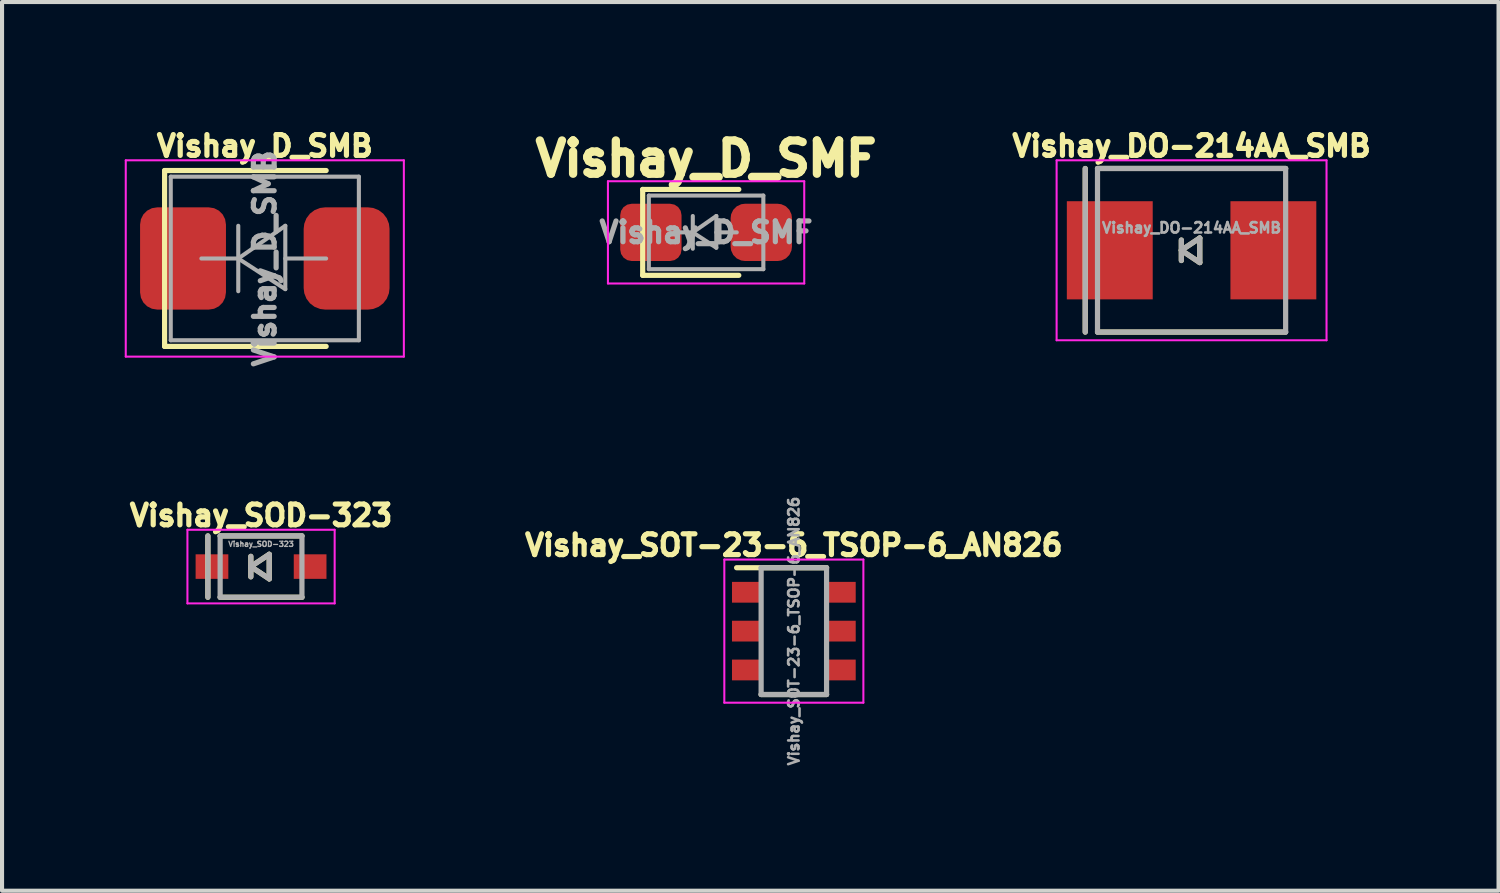
<source format=kicad_pcb>
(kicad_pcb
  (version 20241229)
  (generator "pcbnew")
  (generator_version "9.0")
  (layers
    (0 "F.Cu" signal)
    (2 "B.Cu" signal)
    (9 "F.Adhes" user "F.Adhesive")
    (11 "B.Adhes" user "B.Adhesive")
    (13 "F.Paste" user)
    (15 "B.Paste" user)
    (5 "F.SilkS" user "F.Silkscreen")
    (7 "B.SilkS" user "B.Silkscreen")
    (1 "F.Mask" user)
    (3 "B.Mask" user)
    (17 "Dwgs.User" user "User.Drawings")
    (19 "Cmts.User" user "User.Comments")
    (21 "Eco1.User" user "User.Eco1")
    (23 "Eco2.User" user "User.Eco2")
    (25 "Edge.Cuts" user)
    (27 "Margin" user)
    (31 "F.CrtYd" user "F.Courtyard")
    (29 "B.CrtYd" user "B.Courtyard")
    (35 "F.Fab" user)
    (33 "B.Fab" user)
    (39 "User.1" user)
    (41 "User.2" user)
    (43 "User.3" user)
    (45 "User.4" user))
  (footprint "Vishay_SOD-323"
    (layer "F.Cu")
    (at 3.333 10.804)
    (property "Reference" "Vishay_SOD-323" (at 0 -1.25 0) (layer "F.SilkS") (effects (font (size 0.508 0.508) (thickness 0.127))))
    (attr through_hole)
    (fp_line (start -1.3 -0.75) (end -1.3 0.75) (stroke (width 0.127) (type solid)) (layer "F.SilkS"))
    (fp_line (start -1 -0.75) (end 1 -0.75) (stroke (width 0.127) (type solid)) (layer "F.SilkS"))
    (fp_line (start -1 0.75) (end 1 0.75) (stroke (width 0.127) (type solid)) (layer "F.SilkS"))
    (fp_line (start -0.25 -0.25) (end -0.25 0.25) (stroke (width 0.127) (type solid)) (layer "F.SilkS"))
    (fp_line (start -0.25 0) (end 0.2 -0.3) (stroke (width 0.127) (type solid)) (layer "F.SilkS"))
    (fp_line (start 0.2 -0.3) (end 0.2 0.3) (stroke (width 0.127) (type solid)) (layer "F.SilkS"))
    (fp_line (start 0.2 0.3) (end -0.25 0) (stroke (width 0.127) (type solid)) (layer "F.SilkS"))
    (fp_line (start -1.8 -0.9) (end 1.8 -0.9) (stroke (width 0.05) (type solid)) (layer "F.CrtYd"))
    (fp_line (start -1.8 0.9) (end -1.8 -0.9) (stroke (width 0.05) (type solid)) (layer "F.CrtYd"))
    (fp_line (start -1.8 0.9) (end 1.8 0.9) (stroke (width 0.05) (type solid)) (layer "F.CrtYd"))
    (fp_line (start 1.8 -0.9) (end 1.8 0.9) (stroke (width 0.05) (type solid)) (layer "F.CrtYd"))
    (fp_line (start -1.3 -0.75) (end -1.3 0.75) (stroke (width 0.127) (type solid)) (layer "F.Fab"))
    (fp_line (start -1 -0.75) (end -1 0.75) (stroke (width 0.127) (type solid)) (layer "F.Fab"))
    (fp_line (start -1 -0.75) (end 1 -0.75) (stroke (width 0.127) (type solid)) (layer "F.Fab"))
    (fp_line (start -1 0.75) (end 1 0.75) (stroke (width 0.127) (type solid)) (layer "F.Fab"))
    (fp_line (start -0.25 -0.25) (end -0.25 0.25) (stroke (width 0.127) (type solid)) (layer "F.Fab"))
    (fp_line (start -0.25 0) (end 0.2 -0.3) (stroke (width 0.127) (type solid)) (layer "F.Fab"))
    (fp_line (start 0.2 -0.3) (end 0.2 0.3) (stroke (width 0.127) (type solid)) (layer "F.Fab"))
    (fp_line (start 0.2 0.3) (end -0.25 0) (stroke (width 0.127) (type solid)) (layer "F.Fab"))
    (fp_line (start 1 -0.75) (end 1 0.75) (stroke (width 0.127) (type solid)) (layer "F.Fab"))
    (fp_text user "${REFERENCE}" (at 0 -0.55 0) (layer "F.Fab") (effects (font (size 0.127 0.127) (thickness 0.032))))
    (pad "1" smd rect (at -1.2 0) (size 0.8 0.6) (layers "F.Cu" "F.Mask" "F.Paste"))
    (pad "2" smd rect (at 1.2 0) (size 0.8 0.6) (layers "F.Cu" "F.Mask" "F.Paste")))
  (footprint "Vishay_DO-214AA_SMB"
    (layer "F.Cu")
    (at 26.086 3.07)
    (property "Reference" "Vishay_DO-214AA_SMB" (at 0 -2.55 0) (layer "F.SilkS") (effects (font (size 0.508 0.508) (thickness 0.127))))
    (attr through_hole)
    (fp_line (start -2.6 -2) (end -2.6 2) (stroke (width 0.127) (type solid)) (layer "F.SilkS"))
    (fp_line (start -2.3 -2) (end 2.3 -2) (stroke (width 0.127) (type solid)) (layer "F.SilkS"))
    (fp_line (start -2.3 2) (end 2.3 2) (stroke (width 0.127) (type solid)) (layer "F.SilkS"))
    (fp_line (start -0.25 -0.25) (end -0.25 0.25) (stroke (width 0.127) (type solid)) (layer "F.SilkS"))
    (fp_line (start -0.25 0) (end 0.2 -0.3) (stroke (width 0.127) (type solid)) (layer "F.SilkS"))
    (fp_line (start 0.2 -0.3) (end 0.2 0.3) (stroke (width 0.127) (type solid)) (layer "F.SilkS"))
    (fp_line (start 0.2 0.3) (end -0.25 0) (stroke (width 0.127) (type solid)) (layer "F.SilkS"))
    (fp_line (start -3.3 -2.2) (end 3.3 -2.2) (stroke (width 0.05) (type solid)) (layer "F.CrtYd"))
    (fp_line (start -3.3 2.2) (end -3.3 -2.2) (stroke (width 0.05) (type solid)) (layer "F.CrtYd"))
    (fp_line (start -3.3 2.2) (end 3.3 2.2) (stroke (width 0.05) (type solid)) (layer "F.CrtYd"))
    (fp_line (start 3.3 -2.2) (end 3.3 2.2) (stroke (width 0.05) (type solid)) (layer "F.CrtYd"))
    (fp_line (start -2.6 -2) (end -2.6 2) (stroke (width 0.127) (type solid)) (layer "F.Fab"))
    (fp_line (start -2.3 -2) (end -2.3 2) (stroke (width 0.127) (type solid)) (layer "F.Fab"))
    (fp_line (start -2.3 -2) (end 2.3 -2) (stroke (width 0.127) (type solid)) (layer "F.Fab"))
    (fp_line (start -2.3 2) (end 2.3 2) (stroke (width 0.127) (type solid)) (layer "F.Fab"))
    (fp_line (start -0.25 -0.25) (end -0.25 0.25) (stroke (width 0.127) (type solid)) (layer "F.Fab"))
    (fp_line (start -0.25 0) (end 0.2 -0.3) (stroke (width 0.127) (type solid)) (layer "F.Fab"))
    (fp_line (start 0.2 -0.3) (end 0.2 0.3) (stroke (width 0.127) (type solid)) (layer "F.Fab"))
    (fp_line (start 0.2 0.3) (end -0.25 0) (stroke (width 0.127) (type solid)) (layer "F.Fab"))
    (fp_line (start 2.3 -2) (end 2.3 2) (stroke (width 0.127) (type solid)) (layer "F.Fab"))
    (fp_text user "${REFERENCE}" (at 0 -0.55 0) (layer "F.Fab") (effects (font (size 0.254 0.254) (thickness 0.064))))
    (pad "1" smd rect (at -2 0) (size 2.1 2.4) (layers "F.Cu" "F.Mask" "F.Paste"))
    (pad "2" smd rect (at 2 0) (size 2.1 2.4) (layers "F.Cu" "F.Mask" "F.Paste")))
  (footprint "Vishay_D_SMB"
    (layer "F.Cu")
    (at 3.425 3.27)
    (property "Reference" "Vishay_D_SMB" (at 0 -2.75 0) (layer "F.SilkS") (effects (font (size 0.508 0.508) (thickness 0.127))))
    (attr smd)
    (fp_line (start -2.45 -2.15) (end -2.45 2.15) (stroke (width 0.127) (type solid)) (layer "F.SilkS"))
    (fp_line (start -2.45 -2.15) (end 1.5 -2.15) (stroke (width 0.127) (type solid)) (layer "F.SilkS"))
    (fp_line (start -2.45 2.15) (end 1.5 2.15) (stroke (width 0.127) (type solid)) (layer "F.SilkS"))
    (fp_line (start -3.4 -2.4) (end 3.4 -2.4) (stroke (width 0.05) (type solid)) (layer "F.CrtYd"))
    (fp_line (start -3.4 2.4) (end -3.4 -2.4) (stroke (width 0.05) (type solid)) (layer "F.CrtYd"))
    (fp_line (start 3.4 -2.4) (end 3.4 2.4) (stroke (width 0.05) (type solid)) (layer "F.CrtYd"))
    (fp_line (start 3.4 2.4) (end -3.4 2.4) (stroke (width 0.05) (type solid)) (layer "F.CrtYd"))
    (fp_line (start -2.3 2) (end -2.3 -2) (stroke (width 0.1) (type solid)) (layer "F.Fab"))
    (fp_line (start -0.649 -0.799) (end -0.649 0.801) (stroke (width 0.1) (type solid)) (layer "F.Fab"))
    (fp_line (start -0.649 0.001) (end -1.551 0.001) (stroke (width 0.1) (type solid)) (layer "F.Fab"))
    (fp_line (start -0.649 0.001) (end 0.501 -0.799) (stroke (width 0.1) (type solid)) (layer "F.Fab"))
    (fp_line (start -0.649 0.001) (end 0.501 0.75) (stroke (width 0.1) (type solid)) (layer "F.Fab"))
    (fp_line (start 0.501 0.001) (end 1.499 0.001) (stroke (width 0.1) (type solid)) (layer "F.Fab"))
    (fp_line (start 0.501 0.75) (end 0.501 -0.799) (stroke (width 0.1) (type solid)) (layer "F.Fab"))
    (fp_line (start 2.3 -2) (end -2.3 -2) (stroke (width 0.1) (type solid)) (layer "F.Fab"))
    (fp_line (start 2.3 -2) (end 2.3 2) (stroke (width 0.1) (type solid)) (layer "F.Fab"))
    (fp_line (start 2.3 2) (end -2.3 2) (stroke (width 0.1) (type solid)) (layer "F.Fab"))
    (fp_text user "${REFERENCE}" (at 0 0 90) (layer "F.Fab") (effects (font (size 0.508 0.508) (thickness 0.127))))
    (pad "1" smd roundrect (at -2 0) (size 2.1 2.5) (layers "F.Cu" "F.Mask" "F.Paste") (roundrect_rratio 0.2))
    (pad "2" smd roundrect (at 2 0) (size 2.1 2.5) (layers "F.Cu" "F.Mask" "F.Paste") (roundrect_rratio 0.25)))
  (footprint "Vishay_SOT-23-6_TSOP-6_AN826"
    (layer "F.Cu")
    (at 16.361 12.382)
    (property "Reference" "Vishay_SOT-23-6_TSOP-6_AN826" (at 0 -2.1 0) (layer "F.SilkS") (effects (font (size 0.508 0.508) (thickness 0.127))))
    (attr smd)
    (fp_line (start 0.8 -1.55) (end -1.4 -1.55) (stroke (width 0.127) (type solid)) (layer "F.SilkS"))
    (fp_line (start 0.8 1.55) (end -0.8 1.55) (stroke (width 0.127) (type solid)) (layer "F.SilkS"))
    (fp_line (start -1.7 -1.75) (end 1.7 -1.75) (stroke (width 0.05) (type solid)) (layer "F.CrtYd"))
    (fp_line (start -1.7 1.75) (end -1.7 -1.75) (stroke (width 0.05) (type solid)) (layer "F.CrtYd"))
    (fp_line (start 1.7 -1.75) (end 1.7 1.75) (stroke (width 0.05) (type solid)) (layer "F.CrtYd"))
    (fp_line (start 1.7 1.75) (end -1.7 1.75) (stroke (width 0.05) (type solid)) (layer "F.CrtYd"))
    (fp_line (start -0.8 -1.55) (end -0.8 1.55) (stroke (width 0.127) (type solid)) (layer "F.Fab"))
    (fp_line (start -0.8 -1.55) (end 0.8 -1.55) (stroke (width 0.127) (type solid)) (layer "F.Fab"))
    (fp_line (start -0.8 1.55) (end 0.8 1.55) (stroke (width 0.127) (type solid)) (layer "F.Fab"))
    (fp_line (start 0.8 -1.55) (end 0.8 1.55) (stroke (width 0.127) (type solid)) (layer "F.Fab"))
    (fp_text user "${REFERENCE}" (at 0 0 90) (layer "F.Fab") (effects (font (size 0.254 0.254) (thickness 0.064))))
    (pad "1" smd rect (at -1.163 -0.95) (size 0.699 0.508) (layers "F.Cu" "F.Mask" "F.Paste"))
    (pad "2" smd rect (at -1.163 0) (size 0.699 0.508) (layers "F.Cu" "F.Mask" "F.Paste"))
    (pad "3" smd rect (at -1.163 0.95) (size 0.699 0.508) (layers "F.Cu" "F.Mask" "F.Paste"))
    (pad "4" smd rect (at 1.163 0.95) (size 0.699 0.508) (layers "F.Cu" "F.Mask" "F.Paste"))
    (pad "5" smd rect (at 1.163 0) (size 0.699 0.508) (layers "F.Cu" "F.Mask" "F.Paste"))
    (pad "6" smd rect (at 1.163 -0.95) (size 0.699 0.508) (layers "F.Cu" "F.Mask" "F.Paste")))
  (footprint "Vishay_D_SMF"
    (layer "F.Cu")
    (at 14.215 2.632)
    (property "Reference" "Vishay_D_SMF" (at 0 0 180) (layer "F.Fab") (effects (font (size 0.508 0.508) (thickness 0.127))))
    (attr smd)
    (fp_line (start -1.55 -1.05) (end -1.55 1.05) (stroke (width 0.127) (type solid)) (layer "F.SilkS"))
    (fp_line (start -1.55 -1.05) (end 0.8 -1.05) (stroke (width 0.127) (type solid)) (layer "F.SilkS"))
    (fp_line (start -1.55 1.05) (end 0.8 1.05) (stroke (width 0.127) (type solid)) (layer "F.SilkS"))
    (fp_line (start -2.4 -1.25) (end 2.4 -1.25) (stroke (width 0.05) (type solid)) (layer "F.CrtYd"))
    (fp_line (start -2.4 1.25) (end -2.4 -1.25) (stroke (width 0.05) (type solid)) (layer "F.CrtYd"))
    (fp_line (start 2.4 -1.25) (end 2.4 1.25) (stroke (width 0.05) (type solid)) (layer "F.CrtYd"))
    (fp_line (start 2.4 1.25) (end -2.4 1.25) (stroke (width 0.05) (type solid)) (layer "F.CrtYd"))
    (fp_line (start -1.4 0.9) (end -1.4 -0.9) (stroke (width 0.1) (type solid)) (layer "F.Fab"))
    (fp_line (start -0.325 -0.4) (end -0.325 0.4) (stroke (width 0.1) (type solid)) (layer "F.Fab"))
    (fp_line (start -0.325 0) (end -0.775 0) (stroke (width 0.1) (type solid)) (layer "F.Fab"))
    (fp_line (start -0.325 0) (end 0.25 -0.4) (stroke (width 0.1) (type solid)) (layer "F.Fab"))
    (fp_line (start -0.325 0) (end 0.25 0.375) (stroke (width 0.1) (type solid)) (layer "F.Fab"))
    (fp_line (start 0.25 0) (end 0.75 0) (stroke (width 0.1) (type solid)) (layer "F.Fab"))
    (fp_line (start 0.25 0.375) (end 0.25 -0.4) (stroke (width 0.1) (type solid)) (layer "F.Fab"))
    (fp_line (start 1.4 -0.9) (end -1.4 -0.9) (stroke (width 0.1) (type solid)) (layer "F.Fab"))
    (fp_line (start 1.4 -0.9) (end 1.4 0.9) (stroke (width 0.1) (type solid)) (layer "F.Fab"))
    (fp_line (start 1.4 0.9) (end -1.4 0.9) (stroke (width 0.1) (type solid)) (layer "F.Fab"))
    (fp_text user "${REFERENCE}" (at 0 -1.8 180) (layer "F.SilkS") (effects (font (size 0.813 0.813) (thickness 0.203))))
    (pad "1" smd roundrect (at -1.35 0) (size 1.5 1.4) (layers "F.Cu" "F.Mask" "F.Paste") (roundrect_rratio 0.2))
    (pad "2" smd roundrect (at 1.35 0) (size 1.5 1.4) (layers "F.Cu" "F.Mask" "F.Paste") (roundrect_rratio 0.25)))
  (gr_rect
    (start -3 -3)
    (end 33.592 18.73)
    (stroke (width 0.1) (type default))
    (fill no)
    (layer "Edge.Cuts")))
</source>
